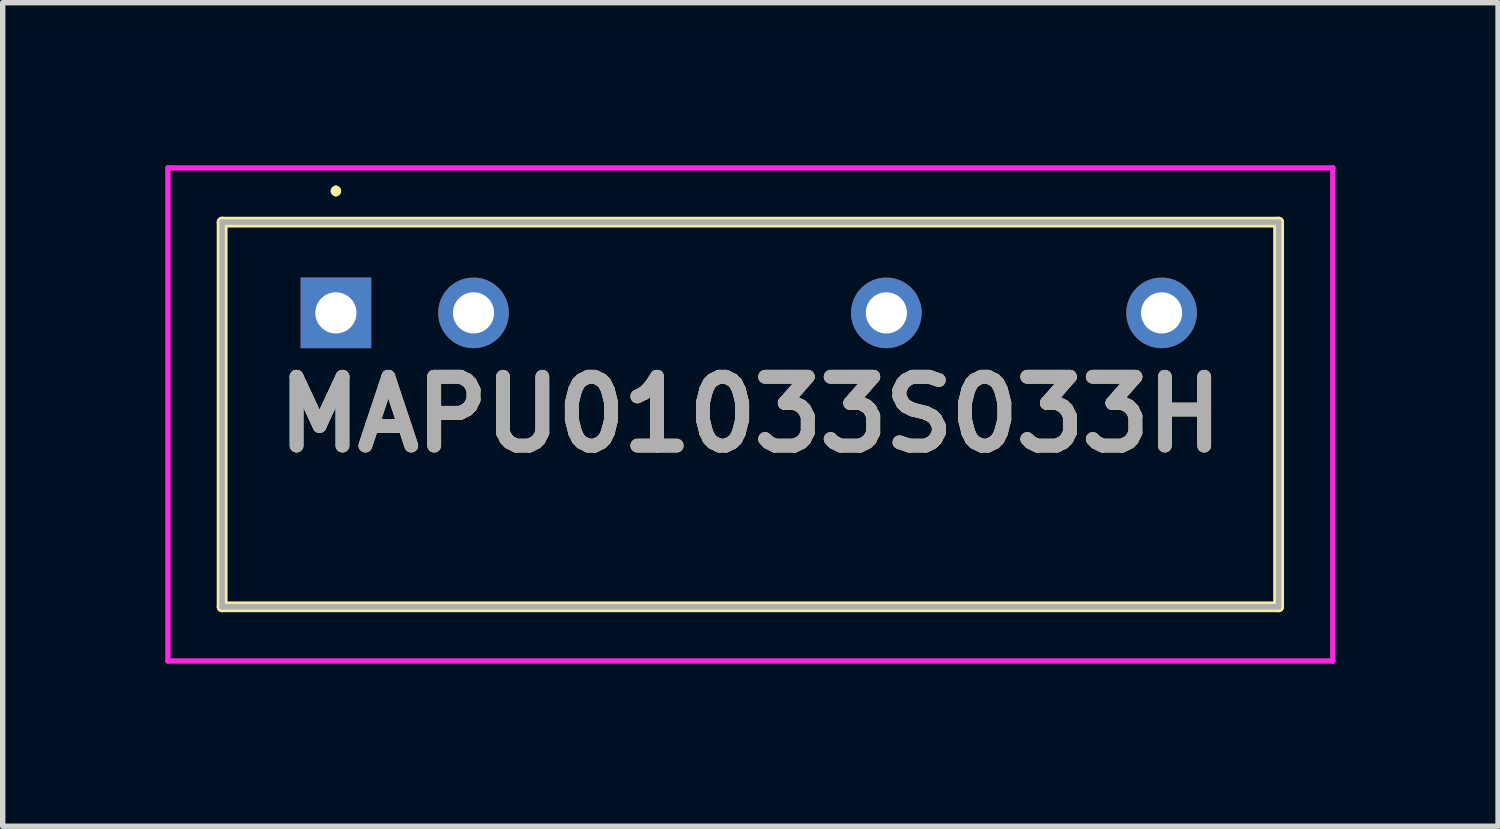
<source format=kicad_pcb>
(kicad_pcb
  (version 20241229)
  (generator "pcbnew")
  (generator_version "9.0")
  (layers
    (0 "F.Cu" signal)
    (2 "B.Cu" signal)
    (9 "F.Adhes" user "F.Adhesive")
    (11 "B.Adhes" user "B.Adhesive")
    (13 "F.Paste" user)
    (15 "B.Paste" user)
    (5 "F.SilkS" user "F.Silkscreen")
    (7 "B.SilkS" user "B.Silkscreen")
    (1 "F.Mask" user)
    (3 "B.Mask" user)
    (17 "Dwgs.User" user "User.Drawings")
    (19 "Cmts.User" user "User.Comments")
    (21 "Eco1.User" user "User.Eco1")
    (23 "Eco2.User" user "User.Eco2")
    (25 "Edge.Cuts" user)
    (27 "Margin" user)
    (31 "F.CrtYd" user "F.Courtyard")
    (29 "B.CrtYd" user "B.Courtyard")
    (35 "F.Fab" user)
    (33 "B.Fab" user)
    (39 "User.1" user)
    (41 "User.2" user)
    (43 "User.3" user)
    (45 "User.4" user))
  (footprint "MAPU01033S033H"
    (layer "F.Cu")
    (at 3.15 2.725)
    (property "Reference" "MAPU01033S033H" (at 7.65 1.875 0) (layer "F.SilkS") (effects (font (size 1.27 1.27) (thickness 0.254))))
    (attr through_hole)
    (fp_line (start -2.1 -1.675) (end 17.4 -1.675) (stroke (width 0.2) (type solid)) (layer "F.SilkS"))
    (fp_line (start -2.1 5.425) (end -2.1 -1.675) (stroke (width 0.2) (type solid)) (layer "F.SilkS"))
    (fp_line (start 0 -2.3) (end 0 -2.3) (stroke (width 0.1) (type solid)) (layer "F.SilkS"))
    (fp_line (start 0 -2.2) (end 0 -2.2) (stroke (width 0.1) (type solid)) (layer "F.SilkS"))
    (fp_line (start 17.4 -1.675) (end 17.4 5.425) (stroke (width 0.2) (type solid)) (layer "F.SilkS"))
    (fp_line (start 17.4 5.425) (end -2.1 5.425) (stroke (width 0.2) (type solid)) (layer "F.SilkS"))
    (fp_arc (start 0 -2.3) (mid 0.05 -2.25) (end 0 -2.2) (stroke (width 0.1) (type solid)) (layer "F.SilkS"))
    (fp_arc (start 0 -2.2) (mid -0.05 -2.25) (end 0 -2.3) (stroke (width 0.1) (type solid)) (layer "F.SilkS"))
    (fp_line (start -3.1 -2.675) (end -3.1 6.425) (stroke (width 0.1) (type solid)) (layer "F.CrtYd"))
    (fp_line (start -3.1 6.425) (end 18.4 6.425) (stroke (width 0.1) (type solid)) (layer "F.CrtYd"))
    (fp_line (start 18.4 -2.675) (end -3.1 -2.675) (stroke (width 0.1) (type solid)) (layer "F.CrtYd"))
    (fp_line (start 18.4 6.425) (end 18.4 -2.675) (stroke (width 0.1) (type solid)) (layer "F.CrtYd"))
    (fp_line (start -2.1 -1.675) (end 17.4 -1.675) (stroke (width 0.1) (type solid)) (layer "F.Fab"))
    (fp_line (start -2.1 5.425) (end -2.1 -1.675) (stroke (width 0.1) (type solid)) (layer "F.Fab"))
    (fp_line (start 17.4 -1.675) (end 17.4 5.425) (stroke (width 0.1) (type solid)) (layer "F.Fab"))
    (fp_line (start 17.4 5.425) (end -2.1 5.425) (stroke (width 0.1) (type solid)) (layer "F.Fab"))
    (fp_text user "${REFERENCE}" (at 7.65 1.875 0) (layer "F.Fab") (effects (font (size 1.27 1.27) (thickness 0.254))))
    (pad "1" thru_hole rect (at 0 0) (size 1.303 1.303) (drill 0.76) (layers "*.Cu" "*.Mask"))
    (pad "2" thru_hole circle (at 2.54 0) (size 1.303 1.303) (drill 0.76) (layers "*.Cu" "*.Mask"))
    (pad "5" thru_hole circle (at 10.16 0) (size 1.303 1.303) (drill 0.76) (layers "*.Cu" "*.Mask"))
    (pad "7" thru_hole circle (at 15.24 0) (size 1.303 1.303) (drill 0.76) (layers "*.Cu" "*.Mask")))
  (gr_rect
    (start -3 -3)
    (end 24.6 12.2)
    (stroke (width 0.1) (type default))
    (fill no)
    (layer "Edge.Cuts")))
</source>
